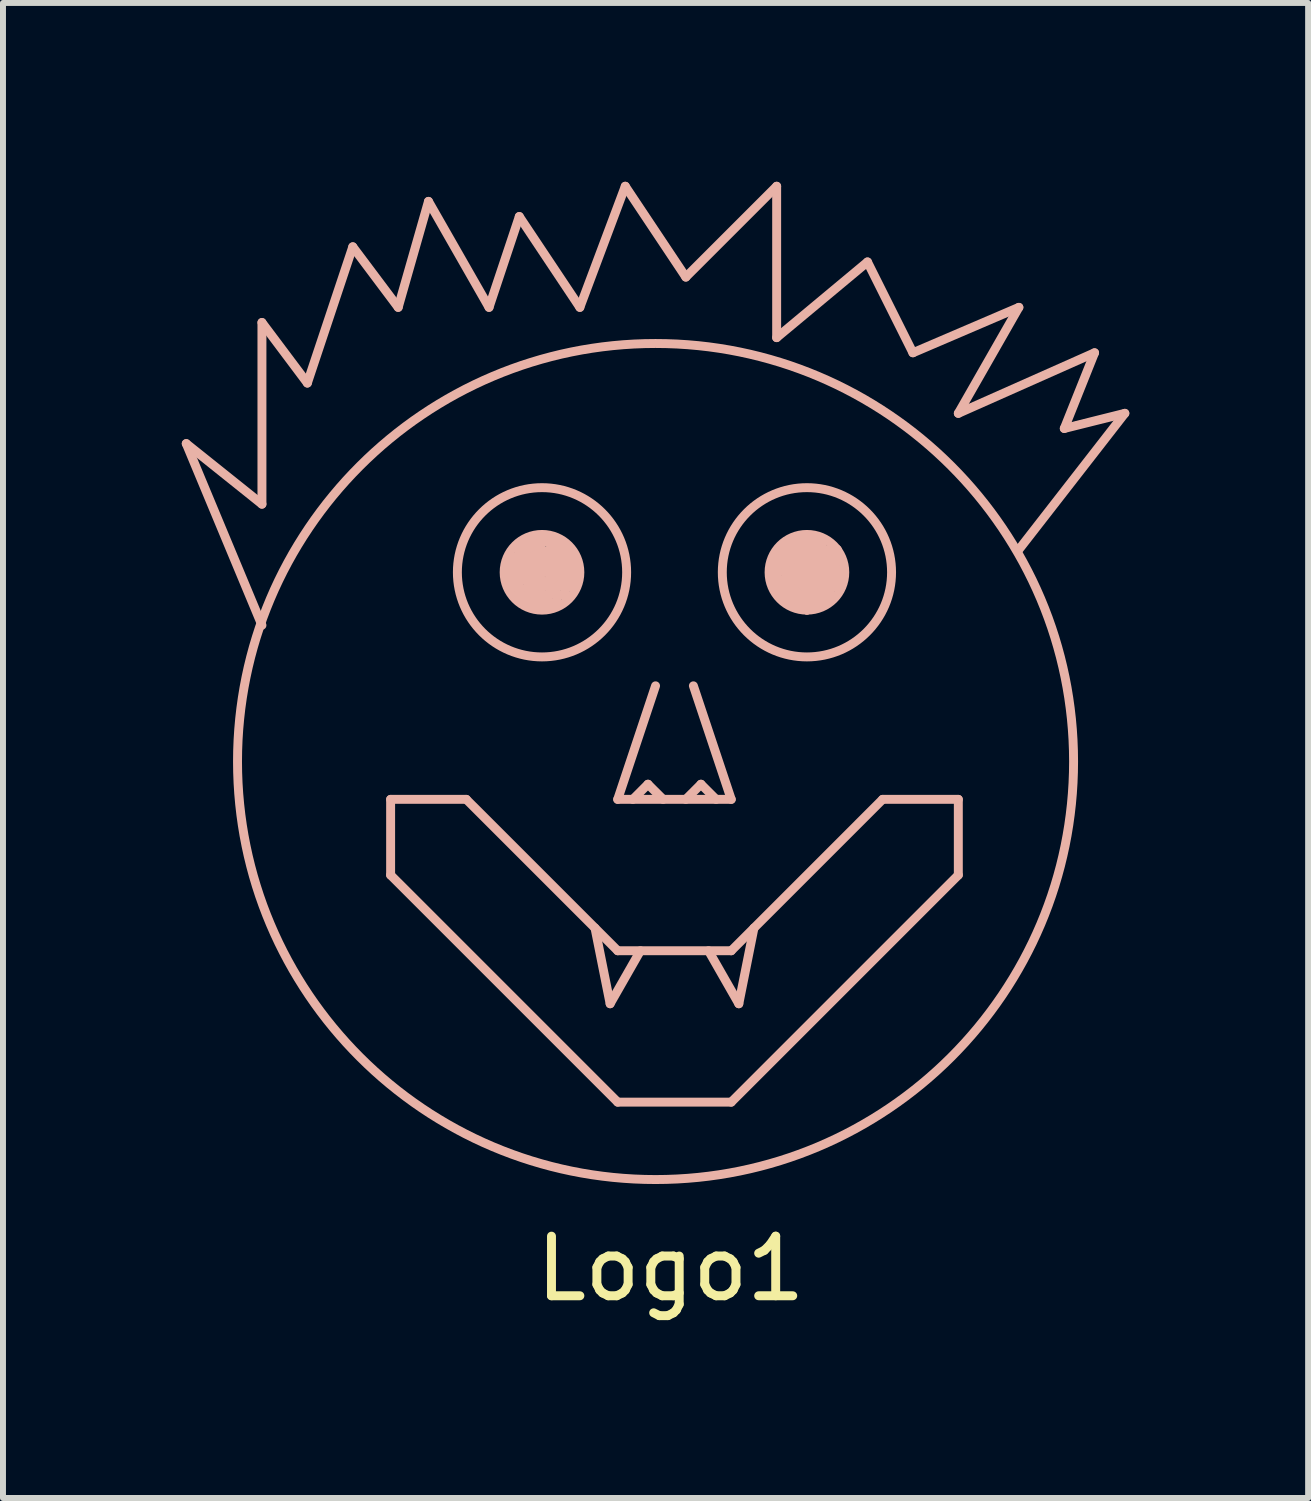
<source format=kicad_pcb>
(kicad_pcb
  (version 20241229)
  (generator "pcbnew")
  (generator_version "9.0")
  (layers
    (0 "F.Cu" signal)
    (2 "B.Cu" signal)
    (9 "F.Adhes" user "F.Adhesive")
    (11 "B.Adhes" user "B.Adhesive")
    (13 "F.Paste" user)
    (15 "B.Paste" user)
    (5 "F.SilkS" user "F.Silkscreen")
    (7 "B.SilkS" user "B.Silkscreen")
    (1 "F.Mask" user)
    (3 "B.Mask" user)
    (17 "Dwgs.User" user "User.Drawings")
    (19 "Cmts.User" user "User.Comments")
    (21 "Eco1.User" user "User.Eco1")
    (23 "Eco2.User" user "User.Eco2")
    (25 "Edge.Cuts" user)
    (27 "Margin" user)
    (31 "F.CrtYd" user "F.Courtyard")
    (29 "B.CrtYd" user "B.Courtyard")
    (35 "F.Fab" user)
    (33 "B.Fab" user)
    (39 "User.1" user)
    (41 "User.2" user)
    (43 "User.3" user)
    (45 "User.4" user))
  (footprint "Logo1"
    (layer "F.Cu")
    (at 8.203 9.6)
    (property "Reference" "Logo1" (at 0 8.636 0) (layer "F.SilkS") (effects (font (size 1 1) (thickness 0.15))))
    (attr through_hole)
    (fp_line (start -8.128 -5.207) (end -6.858 -4.191) (stroke (width 0.15) (type solid)) (layer "B.SilkS"))
    (fp_line (start -6.858 -7.239) (end -6.096 -6.223) (stroke (width 0.15) (type solid)) (layer "B.SilkS"))
    (fp_line (start -6.858 -4.191) (end -6.858 -7.239) (stroke (width 0.15) (type solid)) (layer "B.SilkS"))
    (fp_line (start -6.858 -2.159) (end -8.128 -5.207) (stroke (width 0.15) (type solid)) (layer "B.SilkS"))
    (fp_line (start -6.096 -6.223) (end -5.334 -8.509) (stroke (width 0.15) (type solid)) (layer "B.SilkS"))
    (fp_line (start -5.334 -8.509) (end -4.572 -7.493) (stroke (width 0.15) (type solid)) (layer "B.SilkS"))
    (fp_line (start -4.699 0.762) (end -3.429 0.762) (stroke (width 0.15) (type solid)) (layer "B.SilkS"))
    (fp_line (start -4.699 2.032) (end -4.699 0.762) (stroke (width 0.15) (type solid)) (layer "B.SilkS"))
    (fp_line (start -4.572 -7.493) (end -4.064 -9.271) (stroke (width 0.15) (type solid)) (layer "B.SilkS"))
    (fp_line (start -4.064 -9.271) (end -3.048 -7.493) (stroke (width 0.15) (type solid)) (layer "B.SilkS"))
    (fp_line (start -3.429 0.762) (end -0.889 3.302) (stroke (width 0.15) (type solid)) (layer "B.SilkS"))
    (fp_line (start -3.048 -7.493) (end -2.54 -9.017) (stroke (width 0.15) (type solid)) (layer "B.SilkS"))
    (fp_line (start -2.667 -3.302) (end -2.667 -3.175) (stroke (width 0.15) (type solid)) (layer "B.SilkS"))
    (fp_line (start -2.667 -3.175) (end -2.667 -3.048) (stroke (width 0.15) (type solid)) (layer "B.SilkS"))
    (fp_line (start -2.667 -3.048) (end -2.667 -2.921) (stroke (width 0.15) (type solid)) (layer "B.SilkS"))
    (fp_line (start -2.667 -2.921) (end -2.54 -2.794) (stroke (width 0.15) (type solid)) (layer "B.SilkS"))
    (fp_line (start -2.667 -2.921) (end -2.286 -3.302) (stroke (width 0.15) (type solid)) (layer "B.SilkS"))
    (fp_line (start -2.667 -2.794) (end -2.54 -2.794) (stroke (width 0.15) (type solid)) (layer "B.SilkS"))
    (fp_line (start -2.54 -9.017) (end -1.524 -7.493) (stroke (width 0.15) (type solid)) (layer "B.SilkS"))
    (fp_line (start -2.54 -3.429) (end -2.54 -3.302) (stroke (width 0.15) (type solid)) (layer "B.SilkS"))
    (fp_line (start -2.54 -3.302) (end -2.667 -3.302) (stroke (width 0.15) (type solid)) (layer "B.SilkS"))
    (fp_line (start -2.54 -3.302) (end -2.54 -3.175) (stroke (width 0.15) (type solid)) (layer "B.SilkS"))
    (fp_line (start -2.54 -3.175) (end -2.667 -2.921) (stroke (width 0.15) (type solid)) (layer "B.SilkS"))
    (fp_line (start -2.54 -3.175) (end -2.54 -3.048) (stroke (width 0.15) (type solid)) (layer "B.SilkS"))
    (fp_line (start -2.54 -3.048) (end -2.413 -3.048) (stroke (width 0.15) (type solid)) (layer "B.SilkS"))
    (fp_line (start -2.54 -2.921) (end -2.54 -2.794) (stroke (width 0.15) (type solid)) (layer "B.SilkS"))
    (fp_line (start -2.54 -2.921) (end -2.413 -2.921) (stroke (width 0.15) (type solid)) (layer "B.SilkS"))
    (fp_line (start -2.54 -2.794) (end -2.667 -2.794) (stroke (width 0.15) (type solid)) (layer "B.SilkS"))
    (fp_line (start -2.54 -2.794) (end -2.54 -2.667) (stroke (width 0.15) (type solid)) (layer "B.SilkS"))
    (fp_line (start -2.54 -2.794) (end -2.413 -2.54) (stroke (width 0.15) (type solid)) (layer "B.SilkS"))
    (fp_line (start -2.54 -2.667) (end -2.413 -2.667) (stroke (width 0.15) (type solid)) (layer "B.SilkS"))
    (fp_line (start -2.413 -3.429) (end -2.413 -3.302) (stroke (width 0.15) (type solid)) (layer "B.SilkS"))
    (fp_line (start -2.413 -3.302) (end -2.54 -3.302) (stroke (width 0.15) (type solid)) (layer "B.SilkS"))
    (fp_line (start -2.413 -3.175) (end -2.54 -3.175) (stroke (width 0.15) (type solid)) (layer "B.SilkS"))
    (fp_line (start -2.413 -3.048) (end -2.54 -2.921) (stroke (width 0.15) (type solid)) (layer "B.SilkS"))
    (fp_line (start -2.413 -3.048) (end -2.286 -3.175) (stroke (width 0.15) (type solid)) (layer "B.SilkS"))
    (fp_line (start -2.413 -2.921) (end -2.54 -2.921) (stroke (width 0.15) (type solid)) (layer "B.SilkS"))
    (fp_line (start -2.413 -2.921) (end -2.413 -3.048) (stroke (width 0.15) (type solid)) (layer "B.SilkS"))
    (fp_line (start -2.413 -2.794) (end -2.159 -2.794) (stroke (width 0.15) (type solid)) (layer "B.SilkS"))
    (fp_line (start -2.413 -2.667) (end -2.286 -2.667) (stroke (width 0.15) (type solid)) (layer "B.SilkS"))
    (fp_line (start -2.413 -2.54) (end -2.286 -2.54) (stroke (width 0.15) (type solid)) (layer "B.SilkS"))
    (fp_line (start -2.286 -3.556) (end -2.54 -3.429) (stroke (width 0.15) (type solid)) (layer "B.SilkS"))
    (fp_line (start -2.286 -3.429) (end -2.159 -3.302) (stroke (width 0.15) (type solid)) (layer "B.SilkS"))
    (fp_line (start -2.286 -3.302) (end -2.286 -3.429) (stroke (width 0.15) (type solid)) (layer "B.SilkS"))
    (fp_line (start -2.286 -3.302) (end -2.159 -3.429) (stroke (width 0.15) (type solid)) (layer "B.SilkS"))
    (fp_line (start -2.286 -3.302) (end -2.032 -3.429) (stroke (width 0.15) (type solid)) (layer "B.SilkS"))
    (fp_line (start -2.286 -3.175) (end -2.413 -3.175) (stroke (width 0.15) (type solid)) (layer "B.SilkS"))
    (fp_line (start -2.286 -3.175) (end -1.905 -3.175) (stroke (width 0.15) (type solid)) (layer "B.SilkS"))
    (fp_line (start -2.286 -3.048) (end -2.286 -2.921) (stroke (width 0.15) (type solid)) (layer "B.SilkS"))
    (fp_line (start -2.286 -2.921) (end -2.413 -2.794) (stroke (width 0.15) (type solid)) (layer "B.SilkS"))
    (fp_line (start -2.286 -2.921) (end -2.159 -2.794) (stroke (width 0.15) (type solid)) (layer "B.SilkS"))
    (fp_line (start -2.286 -2.667) (end -2.159 -2.667) (stroke (width 0.15) (type solid)) (layer "B.SilkS"))
    (fp_line (start -2.286 -2.54) (end -2.159 -2.54) (stroke (width 0.15) (type solid)) (layer "B.SilkS"))
    (fp_line (start -2.159 -3.556) (end -2.413 -3.429) (stroke (width 0.15) (type solid)) (layer "B.SilkS"))
    (fp_line (start -2.159 -3.556) (end -2.286 -3.556) (stroke (width 0.15) (type solid)) (layer "B.SilkS"))
    (fp_line (start -2.159 -3.429) (end -2.286 -3.302) (stroke (width 0.15) (type solid)) (layer "B.SilkS"))
    (fp_line (start -2.159 -3.302) (end -2.159 -3.175) (stroke (width 0.15) (type solid)) (layer "B.SilkS"))
    (fp_line (start -2.159 -3.302) (end -1.905 -3.302) (stroke (width 0.15) (type solid)) (layer "B.SilkS"))
    (fp_line (start -2.159 -3.175) (end -2.286 -3.175) (stroke (width 0.15) (type solid)) (layer "B.SilkS"))
    (fp_line (start -2.159 -2.921) (end -2.286 -2.921) (stroke (width 0.15) (type solid)) (layer "B.SilkS"))
    (fp_line (start -2.159 -2.794) (end -2.413 -2.921) (stroke (width 0.15) (type solid)) (layer "B.SilkS"))
    (fp_line (start -2.159 -2.794) (end -2.159 -2.921) (stroke (width 0.15) (type solid)) (layer "B.SilkS"))
    (fp_line (start -2.159 -2.667) (end -2.032 -2.667) (stroke (width 0.15) (type solid)) (layer "B.SilkS"))
    (fp_line (start -2.159 -2.54) (end -2.032 -2.54) (stroke (width 0.15) (type solid)) (layer "B.SilkS"))
    (fp_line (start -2.032 -3.429) (end -1.905 -3.429) (stroke (width 0.15) (type solid)) (layer "B.SilkS"))
    (fp_line (start -2.032 -3.048) (end -2.286 -3.048) (stroke (width 0.15) (type solid)) (layer "B.SilkS"))
    (fp_line (start -2.032 -3.048) (end -1.905 -2.667) (stroke (width 0.15) (type solid)) (layer "B.SilkS"))
    (fp_line (start -2.032 -2.921) (end -2.032 -3.048) (stroke (width 0.15) (type solid)) (layer "B.SilkS"))
    (fp_line (start -2.032 -2.667) (end -2.032 -2.921) (stroke (width 0.15) (type solid)) (layer "B.SilkS"))
    (fp_line (start -2.032 -2.54) (end -1.905 -2.54) (stroke (width 0.15) (type solid)) (layer "B.SilkS"))
    (fp_line (start -1.905 -3.556) (end -2.159 -3.556) (stroke (width 0.15) (type solid)) (layer "B.SilkS"))
    (fp_line (start -1.905 -3.429) (end -2.286 -3.302) (stroke (width 0.15) (type solid)) (layer "B.SilkS"))
    (fp_line (start -1.905 -3.302) (end -2.159 -3.302) (stroke (width 0.15) (type solid)) (layer "B.SilkS"))
    (fp_line (start -1.905 -3.302) (end -1.778 -3.429) (stroke (width 0.15) (type solid)) (layer "B.SilkS"))
    (fp_line (start -1.905 -3.175) (end -1.778 -3.175) (stroke (width 0.15) (type solid)) (layer "B.SilkS"))
    (fp_line (start -1.905 -3.048) (end -1.905 -2.921) (stroke (width 0.15) (type solid)) (layer "B.SilkS"))
    (fp_line (start -1.905 -2.921) (end -1.905 -2.794) (stroke (width 0.15) (type solid)) (layer "B.SilkS"))
    (fp_line (start -1.905 -2.794) (end -1.778 -2.921) (stroke (width 0.15) (type solid)) (layer "B.SilkS"))
    (fp_line (start -1.905 -2.667) (end -1.778 -2.667) (stroke (width 0.15) (type solid)) (layer "B.SilkS"))
    (fp_line (start -1.905 -2.54) (end -1.905 -2.667) (stroke (width 0.15) (type solid)) (layer "B.SilkS"))
    (fp_line (start -1.778 -3.429) (end -1.905 -3.556) (stroke (width 0.15) (type solid)) (layer "B.SilkS"))
    (fp_line (start -1.778 -3.429) (end -1.905 -3.048) (stroke (width 0.15) (type solid)) (layer "B.SilkS"))
    (fp_line (start -1.778 -3.302) (end -1.905 -3.302) (stroke (width 0.15) (type solid)) (layer "B.SilkS"))
    (fp_line (start -1.778 -3.175) (end -1.778 -3.302) (stroke (width 0.15) (type solid)) (layer "B.SilkS"))
    (fp_line (start -1.778 -3.048) (end -1.651 -3.175) (stroke (width 0.15) (type solid)) (layer "B.SilkS"))
    (fp_line (start -1.778 -2.921) (end -1.778 -3.048) (stroke (width 0.15) (type solid)) (layer "B.SilkS"))
    (fp_line (start -1.778 -2.794) (end -1.651 -2.794) (stroke (width 0.15) (type solid)) (layer "B.SilkS"))
    (fp_line (start -1.778 -2.667) (end -1.778 -2.794) (stroke (width 0.15) (type solid)) (layer "B.SilkS"))
    (fp_line (start -1.651 -3.302) (end -1.778 -3.429) (stroke (width 0.15) (type solid)) (layer "B.SilkS"))
    (fp_line (start -1.651 -3.175) (end -2.032 -3.048) (stroke (width 0.15) (type solid)) (layer "B.SilkS"))
    (fp_line (start -1.651 -3.175) (end -1.651 -3.302) (stroke (width 0.15) (type solid)) (layer "B.SilkS"))
    (fp_line (start -1.651 -3.048) (end -1.651 -3.175) (stroke (width 0.15) (type solid)) (layer "B.SilkS"))
    (fp_line (start -1.651 -2.921) (end -1.651 -3.048) (stroke (width 0.15) (type solid)) (layer "B.SilkS"))
    (fp_line (start -1.651 -2.794) (end -1.651 -2.921) (stroke (width 0.15) (type solid)) (layer "B.SilkS"))
    (fp_line (start -1.524 -7.493) (end -0.762 -9.525) (stroke (width 0.15) (type solid)) (layer "B.SilkS"))
    (fp_line (start -1.27 2.921) (end -1.016 4.191) (stroke (width 0.15) (type solid)) (layer "B.SilkS"))
    (fp_line (start -1.016 4.191) (end -0.508 3.302) (stroke (width 0.15) (type solid)) (layer "B.SilkS"))
    (fp_line (start -0.889 0.762) (end 1.016 0.762) (stroke (width 0.15) (type solid)) (layer "B.SilkS"))
    (fp_line (start -0.889 3.302) (end 1.016 3.302) (stroke (width 0.15) (type solid)) (layer "B.SilkS"))
    (fp_line (start -0.889 5.842) (end -4.699 2.032) (stroke (width 0.15) (type solid)) (layer "B.SilkS"))
    (fp_line (start -0.762 -9.525) (end 0.254 -8.001) (stroke (width 0.15) (type solid)) (layer "B.SilkS"))
    (fp_line (start -0.635 0.762) (end -0.381 0.508) (stroke (width 0.15) (type solid)) (layer "B.SilkS"))
    (fp_line (start -0.381 0.508) (end -0.127 0.762) (stroke (width 0.15) (type solid)) (layer "B.SilkS"))
    (fp_line (start -0.254 -1.143) (end -0.889 0.762) (stroke (width 0.15) (type solid)) (layer "B.SilkS"))
    (fp_line (start 0.254 -8.001) (end 1.778 -9.525) (stroke (width 0.15) (type solid)) (layer "B.SilkS"))
    (fp_line (start 0.508 0.508) (end 0.254 0.762) (stroke (width 0.15) (type solid)) (layer "B.SilkS"))
    (fp_line (start 0.762 0.762) (end 0.508 0.508) (stroke (width 0.15) (type solid)) (layer "B.SilkS"))
    (fp_line (start 1.016 0.762) (end 0.381 -1.143) (stroke (width 0.15) (type solid)) (layer "B.SilkS"))
    (fp_line (start 1.016 3.302) (end 3.556 0.762) (stroke (width 0.15) (type solid)) (layer "B.SilkS"))
    (fp_line (start 1.016 5.842) (end -0.889 5.842) (stroke (width 0.15) (type solid)) (layer "B.SilkS"))
    (fp_line (start 1.143 4.191) (end 0.635 3.302) (stroke (width 0.15) (type solid)) (layer "B.SilkS"))
    (fp_line (start 1.397 2.921) (end 1.143 4.191) (stroke (width 0.15) (type solid)) (layer "B.SilkS"))
    (fp_line (start 1.778 -9.525) (end 1.778 -6.985) (stroke (width 0.15) (type solid)) (layer "B.SilkS"))
    (fp_line (start 1.778 -6.985) (end 3.302 -8.255) (stroke (width 0.15) (type solid)) (layer "B.SilkS"))
    (fp_line (start 1.778 -3.302) (end 1.778 -3.048) (stroke (width 0.15) (type solid)) (layer "B.SilkS"))
    (fp_line (start 1.778 -3.302) (end 1.905 -3.048) (stroke (width 0.15) (type solid)) (layer "B.SilkS"))
    (fp_line (start 1.778 -3.048) (end 1.778 -2.921) (stroke (width 0.15) (type solid)) (layer "B.SilkS"))
    (fp_line (start 1.778 -2.921) (end 1.778 -2.794) (stroke (width 0.15) (type solid)) (layer "B.SilkS"))
    (fp_line (start 1.778 -2.921) (end 2.794 -2.921) (stroke (width 0.15) (type solid)) (layer "B.SilkS"))
    (fp_line (start 1.778 -2.794) (end 2.286 -2.413) (stroke (width 0.15) (type solid)) (layer "B.SilkS"))
    (fp_line (start 1.905 -3.429) (end 2.667 -3.429) (stroke (width 0.15) (type solid)) (layer "B.SilkS"))
    (fp_line (start 1.905 -3.175) (end 2.159 -3.175) (stroke (width 0.15) (type solid)) (layer "B.SilkS"))
    (fp_line (start 1.905 -3.048) (end 2.159 -3.048) (stroke (width 0.15) (type solid)) (layer "B.SilkS"))
    (fp_line (start 2.032 -3.556) (end 1.778 -3.302) (stroke (width 0.15) (type solid)) (layer "B.SilkS"))
    (fp_line (start 2.032 -2.794) (end 2.413 -2.54) (stroke (width 0.15) (type solid)) (layer "B.SilkS"))
    (fp_line (start 2.159 -3.302) (end 1.778 -3.302) (stroke (width 0.15) (type solid)) (layer "B.SilkS"))
    (fp_line (start 2.159 -3.175) (end 2.159 -2.667) (stroke (width 0.15) (type solid)) (layer "B.SilkS"))
    (fp_line (start 2.159 -3.048) (end 2.54 -3.048) (stroke (width 0.15) (type solid)) (layer "B.SilkS"))
    (fp_line (start 2.159 -2.667) (end 2.032 -2.794) (stroke (width 0.15) (type solid)) (layer "B.SilkS"))
    (fp_line (start 2.286 -3.556) (end 2.286 -2.54) (stroke (width 0.15) (type solid)) (layer "B.SilkS"))
    (fp_line (start 2.286 -2.54) (end 1.778 -2.921) (stroke (width 0.15) (type solid)) (layer "B.SilkS"))
    (fp_line (start 2.286 -2.413) (end 2.413 -2.667) (stroke (width 0.15) (type solid)) (layer "B.SilkS"))
    (fp_line (start 2.413 -3.556) (end 2.032 -3.556) (stroke (width 0.15) (type solid)) (layer "B.SilkS"))
    (fp_line (start 2.413 -2.794) (end 2.54 -2.794) (stroke (width 0.15) (type solid)) (layer "B.SilkS"))
    (fp_line (start 2.413 -2.667) (end 2.413 -3.556) (stroke (width 0.15) (type solid)) (layer "B.SilkS"))
    (fp_line (start 2.413 -2.667) (end 2.413 -2.794) (stroke (width 0.15) (type solid)) (layer "B.SilkS"))
    (fp_line (start 2.413 -2.54) (end 2.667 -2.667) (stroke (width 0.15) (type solid)) (layer "B.SilkS"))
    (fp_line (start 2.54 -3.556) (end 1.905 -3.175) (stroke (width 0.15) (type solid)) (layer "B.SilkS"))
    (fp_line (start 2.54 -3.302) (end 2.54 -3.556) (stroke (width 0.15) (type solid)) (layer "B.SilkS"))
    (fp_line (start 2.54 -3.048) (end 2.54 -3.302) (stroke (width 0.15) (type solid)) (layer "B.SilkS"))
    (fp_line (start 2.54 -2.794) (end 2.794 -2.794) (stroke (width 0.15) (type solid)) (layer "B.SilkS"))
    (fp_line (start 2.667 -3.429) (end 2.667 -2.667) (stroke (width 0.15) (type solid)) (layer "B.SilkS"))
    (fp_line (start 2.667 -2.667) (end 2.413 -2.667) (stroke (width 0.15) (type solid)) (layer "B.SilkS"))
    (fp_line (start 2.794 -3.429) (end 2.159 -3.302) (stroke (width 0.15) (type solid)) (layer "B.SilkS"))
    (fp_line (start 2.794 -2.921) (end 1.905 -3.429) (stroke (width 0.15) (type solid)) (layer "B.SilkS"))
    (fp_line (start 2.794 -2.794) (end 2.794 -3.429) (stroke (width 0.15) (type solid)) (layer "B.SilkS"))
    (fp_line (start 3.302 -8.255) (end 4.064 -6.731) (stroke (width 0.15) (type solid)) (layer "B.SilkS"))
    (fp_line (start 3.556 0.762) (end 4.826 0.762) (stroke (width 0.15) (type solid)) (layer "B.SilkS"))
    (fp_line (start 4.064 -6.731) (end 5.842 -7.493) (stroke (width 0.15) (type solid)) (layer "B.SilkS"))
    (fp_line (start 4.826 -5.715) (end 7.112 -6.731) (stroke (width 0.15) (type solid)) (layer "B.SilkS"))
    (fp_line (start 4.826 0.762) (end 4.826 2.032) (stroke (width 0.15) (type solid)) (layer "B.SilkS"))
    (fp_line (start 4.826 2.032) (end 1.016 5.842) (stroke (width 0.15) (type solid)) (layer "B.SilkS"))
    (fp_line (start 5.842 -7.493) (end 4.826 -5.715) (stroke (width 0.15) (type solid)) (layer "B.SilkS"))
    (fp_line (start 6.604 -5.461) (end 7.62 -5.715) (stroke (width 0.15) (type solid)) (layer "B.SilkS"))
    (fp_line (start 7.112 -6.731) (end 6.604 -5.461) (stroke (width 0.15) (type solid)) (layer "B.SilkS"))
    (fp_line (start 7.62 -5.715) (end 5.842 -3.429) (stroke (width 0.15) (type solid)) (layer "B.SilkS"))
    (fp_circle (center -2.159 -3.048) (end -2.794 -3.048) (stroke (width 0.15) (type solid)) (fill no) (layer "B.SilkS"))
    (fp_circle (center -2.159 -3.048) (end -0.889 -3.683) (stroke (width 0.15) (type solid)) (fill no) (layer "B.SilkS"))
    (fp_circle (center -0.254 0.127) (end 6.731 -0.508) (stroke (width 0.15) (type solid)) (fill no) (layer "B.SilkS"))
    (fp_circle (center 2.286 -3.048) (end 1.651 -3.048) (stroke (width 0.15) (type solid)) (fill no) (layer "B.SilkS"))
    (fp_circle (center 2.286 -3.048) (end 1.651 -1.778) (stroke (width 0.15) (type solid)) (fill no) (layer "B.SilkS")))
  (gr_rect
    (start -3 -3)
    (end 18.898 22.084)
    (stroke (width 0.1) (type default))
    (fill no)
    (layer "Edge.Cuts")))
</source>
